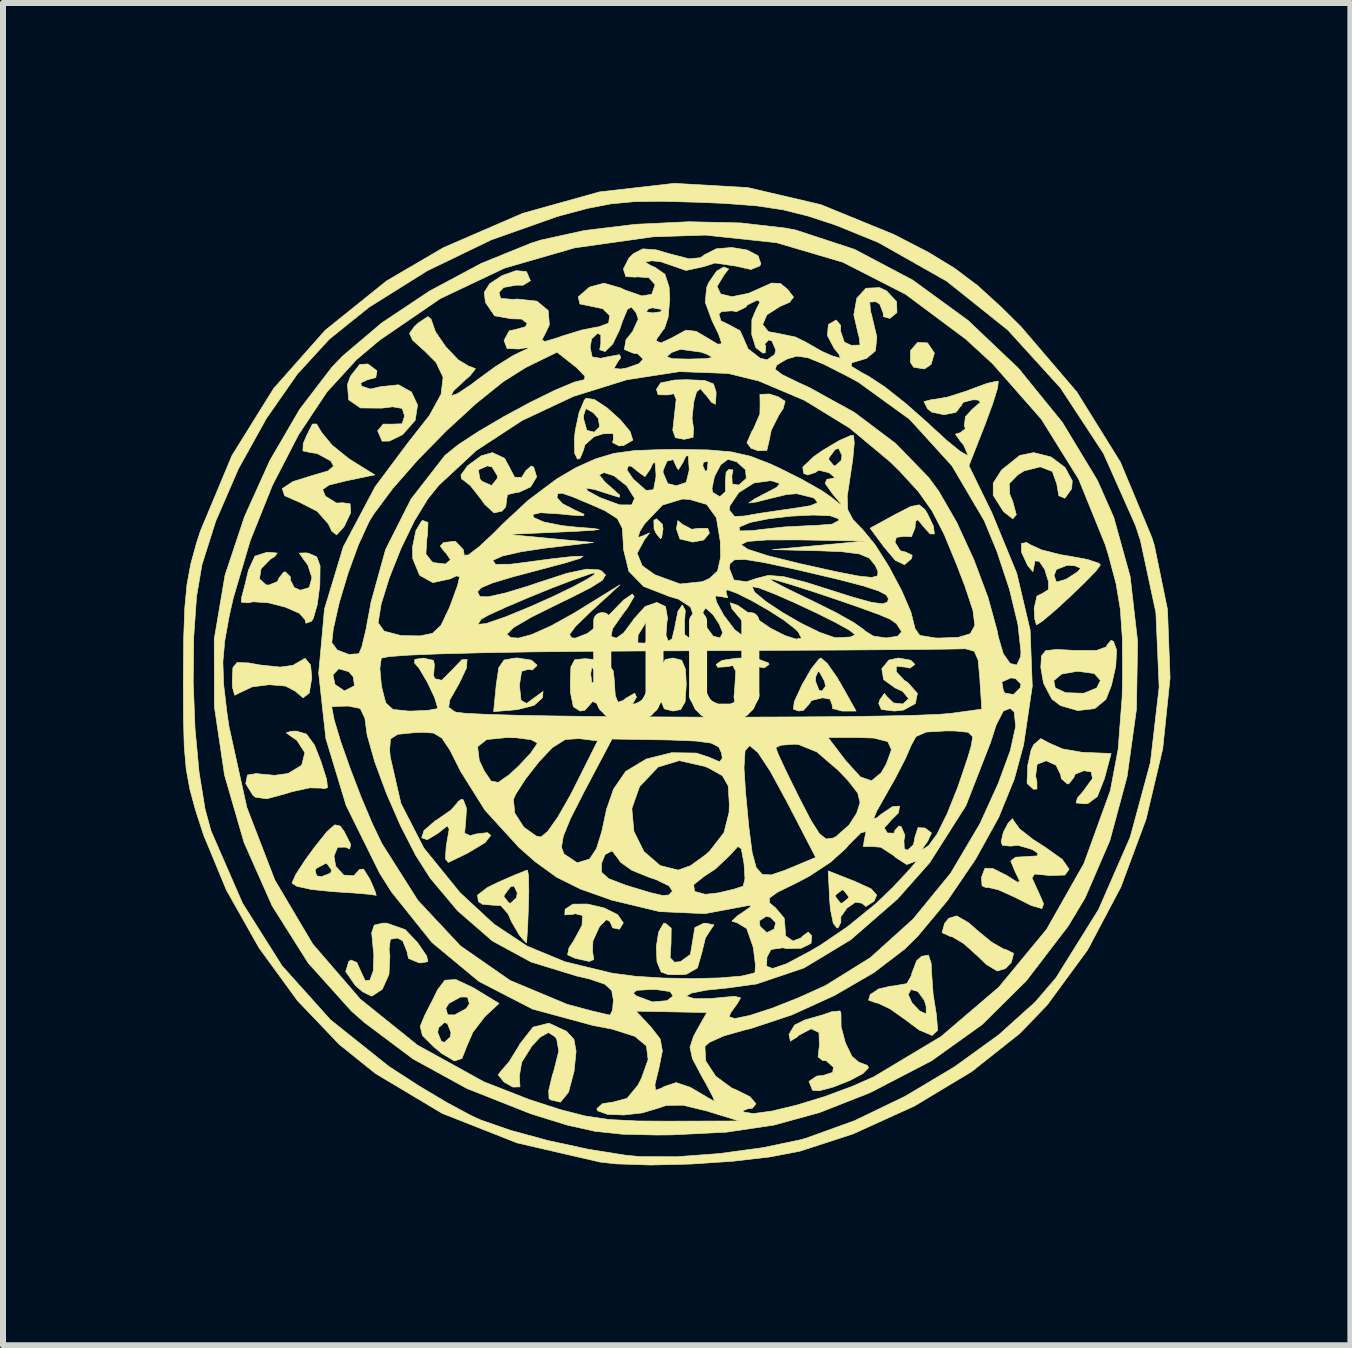
<source format=kicad_pcb>
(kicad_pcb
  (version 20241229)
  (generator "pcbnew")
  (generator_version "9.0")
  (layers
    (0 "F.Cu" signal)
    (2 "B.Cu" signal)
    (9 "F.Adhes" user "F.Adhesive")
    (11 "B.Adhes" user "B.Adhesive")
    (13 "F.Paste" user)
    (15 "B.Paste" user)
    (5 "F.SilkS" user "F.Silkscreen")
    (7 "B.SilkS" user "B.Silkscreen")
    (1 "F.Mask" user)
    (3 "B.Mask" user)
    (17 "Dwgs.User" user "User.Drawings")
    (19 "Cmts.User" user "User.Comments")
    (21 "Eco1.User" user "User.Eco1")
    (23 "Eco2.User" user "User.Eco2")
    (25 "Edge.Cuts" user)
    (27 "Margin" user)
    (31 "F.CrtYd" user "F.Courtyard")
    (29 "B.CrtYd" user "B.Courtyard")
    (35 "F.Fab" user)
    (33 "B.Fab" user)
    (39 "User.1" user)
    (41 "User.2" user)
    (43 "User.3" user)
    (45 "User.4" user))
  (footprint "UU"
    (layer "F.Cu")
    (at 8.22 8.136)
    (property "Reference" "UU" (at 0 0 0) (layer "F.SilkS") (effects (font (size 1.524 1.524) (thickness 0.3))))
    (attr through_hole)
    (fp_poly (pts (xy -0.233 -2.45) (xy -0.221 -2.374) (xy -0.244 -2.227) (xy -0.264 -2.209) (xy -0.335 -2.295) (xy -0.371 -2.374) (xy -0.374 -2.517) (xy -0.328 -2.54) (xy -0.233 -2.45)) (stroke (width 0.01) (type solid)) (fill yes) (layer "F.SilkS"))
    (fp_poly (pts (xy 4.187 -5.472) (xy 4.301 -5.302) (xy 4.246 -5.114) (xy 4.137 -5.038) (xy 3.957 -5.065) (xy 3.902 -5.145) (xy 3.903 -5.344) (xy 4.021 -5.48) (xy 4.187 -5.472)) (stroke (width 0.01) (type solid)) (fill yes) (layer "F.SilkS"))
    (fp_poly (pts (xy 0.093 -2.453) (xy 0.257 -2.366) (xy 0.368 -2.382) (xy 0.524 -2.382) (xy 0.552 -2.303) (xy 0.457 -2.188) (xy 0.276 -2.153) (xy 0.06 -2.205) (xy 0.002 -2.374) (xy 0.026 -2.512) (xy 0.093 -2.453)) (stroke (width 0.01) (type solid)) (fill yes) (layer "F.SilkS"))
    (fp_poly (pts (xy 0.089 -0.184) (xy 0.153 -0.034) (xy 0.166 0.221) (xy 0.147 0.51) (xy 0.072 0.638) (xy -0.055 0.663) (xy -0.2 0.626) (xy -0.264 0.476) (xy -0.276 0.221) (xy -0.258 -0.068) (xy -0.183 -0.196) (xy -0.055 -0.221) (xy 0.089 -0.184)) (stroke (width 0.01) (type solid)) (fill yes) (layer "F.SilkS"))
    (fp_poly (pts (xy 1.701 -4.572) (xy 1.813 -4.5) (xy 1.78 -4.376) (xy 1.71 -4.271) (xy 1.582 -4.015) (xy 1.546 -3.841) (xy 1.509 -3.681) (xy 1.363 -3.674) (xy 1.245 -3.717) (xy 1.177 -3.807) (xy 1.259 -3.997) (xy 1.285 -4.038) (xy 1.393 -4.287) (xy 1.396 -4.472) (xy 1.393 -4.614) (xy 1.552 -4.621) (xy 1.701 -4.572)) (stroke (width 0.01) (type solid)) (fill yes) (layer "F.SilkS"))
    (fp_poly (pts (xy 4.87 4.19) (xy 5.011 4.314) (xy 5.256 4.515) (xy 5.452 4.628) (xy 5.494 4.638) (xy 5.621 4.701) (xy 5.583 4.851) (xy 5.485 4.954) (xy 5.348 4.995) (xy 5.165 4.885) (xy 5.023 4.747) (xy 4.791 4.539) (xy 4.6 4.425) (xy 4.562 4.417) (xy 4.429 4.356) (xy 4.471 4.2) (xy 4.542 4.116) (xy 4.673 4.076) (xy 4.87 4.19)) (stroke (width 0.01) (type solid)) (fill yes) (layer "F.SilkS"))
    (fp_poly (pts (xy -6.095 -0.106) (xy -6.074 0.11) (xy -6.116 0.361) (xy -6.219 0.443) (xy -6.35 0.331) (xy -6.511 0.247) (xy -6.783 0.224) (xy -7.068 0.26) (xy -7.266 0.353) (xy -7.267 0.353) (xy -7.359 0.4) (xy -7.396 0.269) (xy -7.399 0.147) (xy -7.389 -0.062) (xy -7.319 -0.146) (xy -7.127 -0.139) (xy -6.93 -0.104) (xy -6.604 -0.07) (xy -6.386 -0.099) (xy -6.356 -0.119) (xy -6.187 -0.216) (xy -6.095 -0.106)) (stroke (width 0.01) (type solid)) (fill yes) (layer "F.SilkS"))
    (fp_poly (pts (xy -2.411 -0.184) (xy -2.319 -0.099) (xy -2.398 -0.021) (xy -2.466 -0.033) (xy -2.578 0.001) (xy -2.614 0.23) (xy -2.614 0.231) (xy -2.588 0.485) (xy -2.495 0.536) (xy -2.327 0.414) (xy -2.221 0.336) (xy -2.229 0.434) (xy -2.231 0.442) (xy -2.37 0.568) (xy -2.65 0.639) (xy -2.662 0.64) (xy -3.044 0.673) (xy -3.001 0.226) (xy -2.958 -0.06) (xy -2.87 -0.188) (xy -2.686 -0.22) (xy -2.639 -0.221) (xy -2.411 -0.184)) (stroke (width 0.01) (type solid)) (fill yes) (layer "F.SilkS"))
    (fp_poly (pts (xy 1.381 -0.197) (xy 1.535 -0.138) (xy 1.546 -0.114) (xy 1.464 -0.056) (xy 1.366 -0.076) (xy 1.252 -0.087) (xy 1.216 0.034) (xy 1.234 0.259) (xy 1.244 0.535) (xy 1.178 0.649) (xy 1.104 0.663) (xy 0.99 0.613) (xy 0.961 0.431) (xy 0.975 0.259) (xy 0.991 -0.002) (xy 0.942 -0.094) (xy 0.842 -0.076) (xy 0.692 -0.067) (xy 0.663 -0.114) (xy 0.761 -0.181) (xy 1.005 -0.218) (xy 1.104 -0.221) (xy 1.381 -0.197)) (stroke (width 0.01) (type solid)) (fill yes) (layer "F.SilkS"))
    (fp_poly (pts (xy 6.243 -3.572) (xy 6.478 -3.396) (xy 6.598 -3.174) (xy 6.588 -3.041) (xy 6.475 -2.884) (xy 6.374 -2.925) (xy 6.341 -3.12) (xy 6.267 -3.329) (xy 6.065 -3.407) (xy 5.797 -3.339) (xy 5.691 -3.274) (xy 5.548 -3.128) (xy 5.556 -2.952) (xy 5.607 -2.828) (xy 5.666 -2.608) (xy 5.607 -2.54) (xy 5.461 -2.654) (xy 5.442 -2.678) (xy 5.281 -2.933) (xy 5.281 -3.135) (xy 5.421 -3.355) (xy 5.723 -3.597) (xy 5.954 -3.644) (xy 6.243 -3.572)) (stroke (width 0.01) (type solid)) (fill yes) (layer "F.SilkS"))
    (fp_poly (pts (xy -0.085 4.281) (xy -0.088 4.539) (xy -0.103 4.773) (xy -0.03 4.848) (xy 0.069 4.839) (xy 0.235 4.718) (xy 0.272 4.497) (xy 0.309 4.271) (xy 0.458 4.199) (xy 0.493 4.198) (xy 0.628 4.227) (xy 0.59 4.281) (xy 0.486 4.441) (xy 0.424 4.694) (xy 0.352 4.944) (xy 0.173 5.047) (xy 0.106 5.057) (xy -0.135 5.055) (xy -0.253 5.011) (xy -0.322 4.84) (xy -0.333 4.589) (xy -0.295 4.347) (xy -0.215 4.206) (xy -0.185 4.197) (xy -0.085 4.281)) (stroke (width 0.01) (type solid)) (fill yes) (layer "F.SilkS"))
    (fp_poly (pts (xy 4.139 -2.699) (xy 4.181 -2.634) (xy 4.285 -2.418) (xy 4.3 -2.288) (xy 4.23 -2.289) (xy 4.145 -2.381) (xy 4.024 -2.526) (xy 3.984 -2.496) (xy 3.979 -2.39) (xy 3.918 -2.241) (xy 3.81 -2.249) (xy 3.668 -2.232) (xy 3.644 -2.15) (xy 3.733 -2.008) (xy 3.817 -1.988) (xy 3.931 -1.934) (xy 3.92 -1.877) (xy 3.802 -1.776) (xy 3.65 -1.848) (xy 3.458 -2.075) (xy 3.23 -2.384) (xy 3.642 -2.61) (xy 3.905 -2.745) (xy 4.047 -2.774) (xy 4.139 -2.699)) (stroke (width 0.01) (type solid)) (fill yes) (layer "F.SilkS"))
    (fp_poly (pts (xy -1.203 3.944) (xy -0.978 4.055) (xy -0.883 4.193) (xy -0.883 4.194) (xy -0.948 4.299) (xy -1.061 4.275) (xy -1.108 4.169) (xy -1.163 4.138) (xy -1.279 4.252) (xy -1.39 4.496) (xy -1.396 4.666) (xy -1.375 4.804) (xy -1.452 4.835) (xy -1.685 4.783) (xy -1.812 4.726) (xy -1.789 4.612) (xy -1.712 4.495) (xy -1.571 4.234) (xy -1.564 4.07) (xy -1.688 4.039) (xy -1.727 4.052) (xy -1.858 4.06) (xy -1.853 3.966) (xy -1.723 3.88) (xy -1.479 3.879) (xy -1.203 3.944)) (stroke (width 0.01) (type solid)) (fill yes) (layer "F.SilkS"))
    (fp_poly (pts (xy 0.474 -4.846) (xy 0.62 -4.788) (xy 0.662 -4.657) (xy 0.663 -4.617) (xy 0.652 -4.449) (xy 0.587 -4.482) (xy 0.513 -4.579) (xy 0.401 -4.709) (xy 0.338 -4.657) (xy 0.293 -4.499) (xy 0.262 -4.217) (xy 0.288 -4.04) (xy 0.279 -3.899) (xy 0.129 -3.865) (xy -0.015 -3.893) (xy -0.059 -4.016) (xy -0.031 -4.27) (xy -0.002 -4.531) (xy -0.042 -4.624) (xy -0.148 -4.605) (xy -0.303 -4.608) (xy -0.331 -4.697) (xy -0.262 -4.805) (xy -0.031 -4.853) (xy 0.166 -4.859) (xy 0.474 -4.846)) (stroke (width 0.01) (type solid)) (fill yes) (layer "F.SilkS"))
    (fp_poly (pts (xy -6.164 1.046) (xy -6.029 1.23) (xy -5.922 1.502) (xy -5.827 1.802) (xy -5.812 1.94) (xy -5.876 1.959) (xy -5.909 1.947) (xy -6.11 1.943) (xy -6.41 2.008) (xy -6.501 2.038) (xy -6.824 2.125) (xy -7.013 2.099) (xy -7.055 2.067) (xy -7.175 1.872) (xy -7.147 1.729) (xy -6.989 1.703) (xy -6.967 1.709) (xy -6.697 1.734) (xy -6.47 1.704) (xy -6.243 1.566) (xy -6.19 1.357) (xy -6.321 1.152) (xy -6.378 1.113) (xy -6.5 1.027) (xy -6.422 1) (xy -6.333 0.997) (xy -6.164 1.046)) (stroke (width 0.01) (type solid)) (fill yes) (layer "F.SilkS"))
    (fp_poly (pts (xy -3.549 2.144) (xy -3.496 2.284) (xy -3.509 2.494) (xy -3.527 2.698) (xy -3.439 2.739) (xy -3.328 2.71) (xy -3.145 2.689) (xy -3.092 2.736) (xy -3.187 2.856) (xy -3.478 3.03) (xy -3.799 3.186) (xy -3.848 3.125) (xy -3.834 2.911) (xy -3.826 2.868) (xy -3.785 2.63) (xy -3.816 2.577) (xy -3.944 2.677) (xy -3.964 2.695) (xy -4.151 2.807) (xy -4.243 2.775) (xy -4.204 2.653) (xy -4.022 2.496) (xy -3.978 2.468) (xy -3.755 2.313) (xy -3.646 2.19) (xy -3.644 2.178) (xy -3.577 2.131) (xy -3.549 2.144)) (stroke (width 0.01) (type solid)) (fill yes) (layer "F.SilkS"))
    (fp_poly (pts (xy 2.977 3.502) (xy 3.248 3.626) (xy 3.34 3.729) (xy 3.295 3.832) (xy 3.159 3.92) (xy 3.092 3.865) (xy 2.986 3.848) (xy 2.843 3.947) (xy 2.742 4.09) (xy 2.742 4.183) (xy 2.699 4.271) (xy 2.679 4.279) (xy 2.616 4.201) (xy 2.568 3.966) (xy 2.556 3.819) (xy 2.553 3.755) (xy 2.65 3.755) (xy 2.734 3.862) (xy 2.761 3.865) (xy 2.868 3.781) (xy 2.871 3.755) (xy 2.787 3.648) (xy 2.761 3.644) (xy 2.654 3.728) (xy 2.65 3.755) (xy 2.553 3.755) (xy 2.531 3.327) (xy 2.977 3.502)) (stroke (width 0.01) (type solid)) (fill yes) (layer "F.SilkS"))
    (fp_poly (pts (xy 3.907 -0.184) (xy 3.976 -0.114) (xy 3.895 -0.053) (xy 3.81 -0.07) (xy 3.666 -0.084) (xy 3.665 0.007) (xy 3.796 0.148) (xy 3.862 0.193) (xy 4.018 0.369) (xy 3.983 0.539) (xy 3.784 0.647) (xy 3.636 0.663) (xy 3.418 0.637) (xy 3.373 0.537) (xy 3.392 0.475) (xy 3.467 0.37) (xy 3.508 0.42) (xy 3.619 0.528) (xy 3.775 0.545) (xy 3.864 0.463) (xy 3.865 0.449) (xy 3.774 0.337) (xy 3.644 0.276) (xy 3.455 0.139) (xy 3.424 -0.042) (xy 3.543 -0.187) (xy 3.7 -0.221) (xy 3.907 -0.184)) (stroke (width 0.01) (type solid)) (fill yes) (layer "F.SilkS"))
    (fp_poly (pts (xy -4.987 -5.006) (xy -5.008 -4.894) (xy -5.142 -4.859) (xy -5.257 -4.807) (xy -5.248 -4.753) (xy -5.1 -4.703) (xy -4.932 -4.742) (xy -4.629 -4.774) (xy -4.413 -4.653) (xy -4.312 -4.436) (xy -4.351 -4.182) (xy -4.557 -3.948) (xy -4.57 -3.939) (xy -4.781 -3.836) (xy -4.902 -3.834) (xy -4.977 -4.007) (xy -4.884 -4.119) (xy -4.749 -4.118) (xy -4.57 -4.124) (xy -4.528 -4.253) (xy -4.567 -4.379) (xy -4.724 -4.407) (xy -4.908 -4.385) (xy -5.263 -4.388) (xy -5.46 -4.524) (xy -5.48 -4.778) (xy -5.431 -4.915) (xy -5.276 -5.113) (xy -5.139 -5.121) (xy -4.987 -5.006)) (stroke (width 0.01) (type solid)) (fill yes) (layer "F.SilkS"))
    (fp_poly (pts (xy -1.828 6.001) (xy -1.706 6.133) (xy -1.67 6.332) (xy -1.703 6.663) (xy -1.796 7.015) (xy -1.931 7.18) (xy -2.096 7.142) (xy -2.121 7.119) (xy -2.126 6.987) (xy -2.065 6.732) (xy -2.039 6.65) (xy -1.958 6.329) (xy -1.993 6.13) (xy -2.021 6.09) (xy -2.131 6.02) (xy -2.27 6.098) (xy -2.406 6.244) (xy -2.576 6.515) (xy -2.616 6.746) (xy -2.614 6.753) (xy -2.605 6.926) (xy -2.723 6.929) (xy -2.871 6.845) (xy -2.969 6.725) (xy -2.914 6.654) (xy -2.785 6.505) (xy -2.628 6.251) (xy -2.608 6.212) (xy -2.387 5.93) (xy -2.123 5.864) (xy -1.828 6.001)) (stroke (width 0.01) (type solid)) (fill yes) (layer "F.SilkS"))
    (fp_poly (pts (xy -2.462 3.413) (xy -2.458 3.67) (xy -2.464 3.92) (xy -2.477 4.253) (xy -2.491 4.474) (xy -2.499 4.528) (xy -2.567 4.455) (xy -2.62 4.39) (xy -2.749 4.167) (xy -2.8 4.047) (xy -2.924 3.904) (xy -3.024 3.9) (xy -3.228 3.884) (xy -3.297 3.838) (xy -3.309 3.761) (xy -2.871 3.761) (xy -2.787 3.862) (xy -2.761 3.865) (xy -2.664 3.775) (xy -2.65 3.693) (xy -2.704 3.579) (xy -2.761 3.589) (xy -2.867 3.73) (xy -2.871 3.761) (xy -3.309 3.761) (xy -3.314 3.731) (xy -3.149 3.604) (xy -2.967 3.515) (xy -2.688 3.393) (xy -2.508 3.321) (xy -2.479 3.313) (xy -2.462 3.413)) (stroke (width 0.01) (type solid)) (fill yes) (layer "F.SilkS"))
    (fp_poly (pts (xy 2.513 -0.133) (xy 2.669 0.089) (xy 2.748 0.221) (xy 2.996 0.663) (xy 2.761 0.663) (xy 2.604 0.621) (xy 2.595 0.552) (xy 2.561 0.465) (xy 2.436 0.442) (xy 2.253 0.487) (xy 2.209 0.552) (xy 2.119 0.65) (xy 2.041 0.663) (xy 1.952 0.632) (xy 1.965 0.509) (xy 2.085 0.248) (xy 2.098 0.221) (xy 2.13 0.166) (xy 2.319 0.166) (xy 2.377 0.313) (xy 2.426 0.331) (xy 2.487 0.25) (xy 2.47 0.166) (xy 2.391 0.02) (xy 2.363 0) (xy 2.324 0.09) (xy 2.319 0.166) (xy 2.13 0.166) (xy 2.252 -0.045) (xy 2.377 -0.202) (xy 2.411 -0.221) (xy 2.513 -0.133)) (stroke (width 0.01) (type solid)) (fill yes) (layer "F.SilkS"))
    (fp_poly (pts (xy 7.285 -0.499) (xy 7.337 -0.354) (xy 7.323 -0.084) (xy 7.252 0.232) (xy 7.159 0.469) (xy 6.973 0.622) (xy 6.69 0.655) (xy 6.401 0.572) (xy 6.257 0.461) (xy 6.12 0.2) (xy 6.112 0.156) (xy 6.29 0.156) (xy 6.315 0.278) (xy 6.488 0.357) (xy 6.789 0.367) (xy 7.005 0.279) (xy 7.068 0.153) (xy 6.965 0.037) (xy 6.681 0) (xy 6.421 0.047) (xy 6.29 0.156) (xy 6.112 0.156) (xy 6.074 -0.064) (xy 6.085 -0.254) (xy 6.155 -0.344) (xy 6.342 -0.364) (xy 6.626 -0.348) (xy 7.002 -0.347) (xy 7.169 -0.408) (xy 7.178 -0.438) (xy 7.244 -0.515) (xy 7.285 -0.499)) (stroke (width 0.01) (type solid)) (fill yes) (layer "F.SilkS"))
    (fp_poly (pts (xy -4.516 4.306) (xy -4.307 4.528) (xy -4.16 4.745) (xy -4.139 4.838) (xy -4.243 4.859) (xy -4.287 4.859) (xy -4.463 4.785) (xy -4.488 4.67) (xy -4.56 4.491) (xy -4.647 4.445) (xy -4.765 4.466) (xy -4.786 4.632) (xy -4.773 4.745) (xy -4.788 5.051) (xy -4.899 5.299) (xy -5.07 5.411) (xy -5.086 5.411) (xy -5.227 5.341) (xy -5.348 5.238) (xy -5.509 5.005) (xy -5.459 4.838) (xy -5.424 4.812) (xy -5.324 4.852) (xy -5.266 4.982) (xy -5.185 5.156) (xy -5.106 5.147) (xy -5.05 4.993) (xy -5.04 4.73) (xy -5.05 4.638) (xy -5.076 4.356) (xy -5.033 4.23) (xy -4.889 4.197) (xy -4.826 4.197) (xy -4.516 4.306)) (stroke (width 0.01) (type solid)) (fill yes) (layer "F.SilkS"))
    (fp_poly (pts (xy -1.408 -0.2) (xy -1.153 -0.145) (xy -1.052 -0.009) (xy -1.037 0.11) (xy -1.017 0.404) (xy -0.973 0.516) (xy -0.883 0.485) (xy -0.828 0.442) (xy -0.693 0.365) (xy -0.663 0.432) (xy -0.752 0.583) (xy -0.962 0.641) (xy -1.203 0.584) (xy -1.229 0.569) (xy -1.396 0.504) (xy -1.436 0.551) (xy -1.525 0.65) (xy -1.601 0.663) (xy -1.716 0.591) (xy -1.764 0.352) (xy -1.767 0.214) (xy -1.761 0.046) (xy -1.427 0.046) (xy -1.407 0.189) (xy -1.369 0.191) (xy -1.343 0.043) (xy -1.36 -0.021) (xy -1.409 -0.063) (xy -1.427 0.046) (xy -1.761 0.046) (xy -1.757 -0.071) (xy -1.692 -0.193) (xy -1.523 -0.21) (xy -1.408 -0.2)) (stroke (width 0.01) (type solid)) (fill yes) (layer "F.SilkS"))
    (fp_poly (pts (xy 2.744 5.701) (xy 2.746 5.923) (xy 2.818 6.192) (xy 2.928 6.419) (xy 3.044 6.516) (xy 3.046 6.516) (xy 3.187 6.569) (xy 3.203 6.609) (xy 3.11 6.704) (xy 2.886 6.822) (xy 2.616 6.928) (xy 2.381 6.991) (xy 2.271 6.983) (xy 2.211 6.834) (xy 2.342 6.745) (xy 2.439 6.737) (xy 2.606 6.684) (xy 2.618 6.598) (xy 2.495 6.489) (xy 2.441 6.489) (xy 2.362 6.426) (xy 2.384 6.24) (xy 2.378 6.021) (xy 2.247 5.957) (xy 2.042 6.066) (xy 2.01 6.096) (xy 1.902 6.163) (xy 1.877 6.053) (xy 1.971 5.895) (xy 2.143 5.81) (xy 2.429 5.729) (xy 2.589 5.674) (xy 2.728 5.66) (xy 2.744 5.701)) (stroke (width 0.01) (type solid)) (fill yes) (layer "F.SilkS"))
    (fp_poly (pts (xy -1.364 -4.528) (xy -1.154 -4.39) (xy -0.936 -4.194) (xy -0.771 -3.997) (xy -0.725 -3.856) (xy -0.729 -3.848) (xy -0.877 -3.763) (xy -0.952 -3.755) (xy -1.061 -3.81) (xy -1.049 -3.865) (xy -1.052 -3.962) (xy -1.22 -3.957) (xy -1.371 -3.909) (xy -1.524 -3.771) (xy -1.546 -3.688) (xy -1.604 -3.548) (xy -1.646 -3.534) (xy -1.694 -3.631) (xy -1.698 -3.875) (xy -1.685 -4.003) (xy -1.642 -4.21) (xy -1.546 -4.21) (xy -1.491 -4.016) (xy -1.368 -3.985) (xy -1.278 -4.074) (xy -1.3 -4.214) (xy -1.382 -4.308) (xy -1.508 -4.378) (xy -1.545 -4.262) (xy -1.546 -4.21) (xy -1.642 -4.21) (xy -1.62 -4.311) (xy -1.533 -4.518) (xy -1.503 -4.551) (xy -1.364 -4.528)) (stroke (width 0.01) (type solid)) (fill yes) (layer "F.SilkS"))
    (fp_poly (pts (xy 4.248 4.871) (xy 4.253 5.007) (xy 4.28 5.381) (xy 4.333 5.715) (xy 4.356 5.981) (xy 4.263 6.069) (xy 4.049 5.979) (xy 3.81 5.801) (xy 3.559 5.624) (xy 3.359 5.53) (xy 3.331 5.526) (xy 3.204 5.481) (xy 3.231 5.389) (xy 3.865 5.389) (xy 3.926 5.522) (xy 4.05 5.657) (xy 4.155 5.707) (xy 4.164 5.701) (xy 4.163 5.582) (xy 4.132 5.482) (xy 4.026 5.336) (xy 3.91 5.304) (xy 3.865 5.389) (xy 3.231 5.389) (xy 3.232 5.388) (xy 3.371 5.294) (xy 3.576 5.246) (xy 3.599 5.246) (xy 3.842 5.205) (xy 3.921 5.064) (xy 3.921 5.044) (xy 4.004 4.825) (xy 4.087 4.75) (xy 4.202 4.73) (xy 4.248 4.871)) (stroke (width 0.01) (type solid)) (fill yes) (layer "F.SilkS"))
    (fp_poly (pts (xy -5.909 -3.977) (xy -5.735 -3.767) (xy -5.463 -3.547) (xy -5.405 -3.509) (xy -5.025 -3.273) (xy -5.501 -3.174) (xy -5.788 -3.103) (xy -5.893 -3.029) (xy -5.852 -2.926) (xy -5.842 -2.914) (xy -5.662 -2.803) (xy -5.559 -2.808) (xy -5.436 -2.791) (xy -5.426 -2.643) (xy -5.53 -2.421) (xy -5.55 -2.393) (xy -5.661 -2.273) (xy -5.741 -2.335) (xy -5.798 -2.455) (xy -5.982 -2.664) (xy -6.269 -2.812) (xy -6.527 -2.925) (xy -6.567 -3.043) (xy -6.39 -3.161) (xy -6.088 -3.255) (xy -5.806 -3.338) (xy -5.711 -3.418) (xy -5.759 -3.506) (xy -5.987 -3.629) (xy -6.094 -3.644) (xy -6.222 -3.672) (xy -6.217 -3.795) (xy -6.161 -3.926) (xy -6.064 -4.119) (xy -5.995 -4.121) (xy -5.909 -3.977)) (stroke (width 0.01) (type solid)) (fill yes) (layer "F.SilkS"))
    (fp_poly (pts (xy -2.863 -3.55) (xy -2.793 -3.423) (xy -2.694 -3.233) (xy -2.575 -3.232) (xy -2.509 -3.341) (xy -2.417 -3.421) (xy -2.376 -3.401) (xy -2.327 -3.24) (xy -2.427 -3.073) (xy -2.621 -2.983) (xy -2.653 -2.982) (xy -2.812 -2.944) (xy -2.824 -2.884) (xy -2.842 -2.74) (xy -2.904 -2.669) (xy -3.037 -2.639) (xy -3.195 -2.784) (xy -3.261 -2.877) (xy -3.432 -3.094) (xy -3.566 -3.2) (xy -3.579 -3.202) (xy -3.589 -3.27) (xy -3.527 -3.356) (xy -3.299 -3.356) (xy -3.272 -3.203) (xy -3.239 -3.166) (xy -3.078 -3.095) (xy -2.985 -3.21) (xy -2.982 -3.258) (xy -3.07 -3.404) (xy -3.147 -3.423) (xy -3.299 -3.356) (xy -3.527 -3.356) (xy -3.479 -3.423) (xy -3.251 -3.591) (xy -3.065 -3.644) (xy -2.863 -3.55)) (stroke (width 0.01) (type solid)) (fill yes) (layer "F.SilkS"))
    (fp_poly (pts (xy 6.221 1.2) (xy 6.436 1.294) (xy 6.753 1.349) (xy 6.816 1.353) (xy 7.246 1.37) (xy 7.134 1.79) (xy 7.016 2.088) (xy 6.858 2.204) (xy 6.807 2.209) (xy 6.661 2.194) (xy 6.685 2.111) (xy 6.775 2.007) (xy 6.935 1.788) (xy 6.914 1.677) (xy 6.792 1.657) (xy 6.645 1.716) (xy 6.626 1.767) (xy 6.542 1.874) (xy 6.516 1.877) (xy 6.416 1.789) (xy 6.405 1.724) (xy 6.327 1.565) (xy 6.164 1.491) (xy 6.019 1.547) (xy 6.012 1.556) (xy 5.987 1.747) (xy 6.009 1.837) (xy 6.01 1.962) (xy 5.955 1.967) (xy 5.847 1.872) (xy 5.845 1.847) (xy 5.853 1.677) (xy 5.855 1.574) (xy 5.913 1.31) (xy 5.957 1.222) (xy 6.073 1.122) (xy 6.221 1.2)) (stroke (width 0.01) (type solid)) (fill yes) (layer "F.SilkS"))
    (fp_poly (pts (xy -5.603 2.578) (xy -5.539 2.663) (xy -5.425 2.885) (xy -5.443 2.961) (xy -5.514 2.931) (xy -5.645 2.933) (xy -5.704 3.079) (xy -5.676 3.248) (xy -5.542 3.397) (xy -5.373 3.407) (xy -5.278 3.301) (xy -5.212 3.297) (xy -5.11 3.458) (xy -5.106 3.466) (xy -5.02 3.665) (xy -5 3.734) (xy -5.114 3.717) (xy -5.387 3.694) (xy -5.715 3.673) (xy -6.073 3.638) (xy -6.322 3.584) (xy -6.405 3.53) (xy -6.343 3.39) (xy -6.293 3.313) (xy -6.019 3.313) (xy -5.994 3.408) (xy -5.915 3.423) (xy -5.764 3.366) (xy -5.743 3.313) (xy -5.822 3.206) (xy -5.847 3.203) (xy -5.996 3.283) (xy -6.019 3.313) (xy -6.293 3.313) (xy -6.182 3.142) (xy -6.036 2.942) (xy -5.821 2.672) (xy -5.691 2.559) (xy -5.603 2.578)) (stroke (width 0.01) (type solid)) (fill yes) (layer "F.SilkS"))
    (fp_poly (pts (xy -3.383 5.274) (xy -3.327 5.308) (xy -2.954 5.535) (xy -3.188 5.752) (xy -3.389 6.014) (xy -3.489 6.243) (xy -3.572 6.453) (xy -3.698 6.494) (xy -3.91 6.368) (xy -4.039 6.261) (xy -4.23 6.071) (xy -4.243 6.019) (xy -3.976 6.019) (xy -3.916 6.166) (xy -3.865 6.184) (xy -3.767 6.095) (xy -3.755 6.019) (xy -3.814 5.872) (xy -3.865 5.853) (xy -3.963 5.942) (xy -3.976 6.019) (xy -4.243 6.019) (xy -4.268 5.918) (xy -4.193 5.736) (xy -4.132 5.615) (xy -3.841 5.615) (xy -3.809 5.725) (xy -3.694 5.726) (xy -3.5 5.62) (xy -3.448 5.539) (xy -3.48 5.429) (xy -3.595 5.428) (xy -3.789 5.534) (xy -3.841 5.615) (xy -4.132 5.615) (xy -4.059 5.474) (xy -3.978 5.307) (xy -3.856 5.148) (xy -3.674 5.137) (xy -3.383 5.274)) (stroke (width 0.01) (type solid)) (fill yes) (layer "F.SilkS"))
    (fp_poly (pts (xy 5.892 -2.112) (xy 6.087 -2.023) (xy 6.405 -1.942) (xy 6.554 -1.918) (xy 6.856 -1.862) (xy 7.041 -1.8) (xy 7.068 -1.772) (xy 6.993 -1.671) (xy 6.805 -1.477) (xy 6.558 -1.24) (xy 6.306 -1.009) (xy 6.102 -0.837) (xy 6.002 -0.773) (xy 5.973 -0.868) (xy 5.963 -1.049) (xy 6.01 -1.253) (xy 6.102 -1.298) (xy 6.2 -1.36) (xy 6.203 -1.491) (xy 6.17 -1.597) (xy 6.295 -1.597) (xy 6.333 -1.487) (xy 6.483 -1.529) (xy 6.516 -1.546) (xy 6.689 -1.659) (xy 6.737 -1.716) (xy 6.644 -1.757) (xy 6.516 -1.767) (xy 6.334 -1.696) (xy 6.295 -1.597) (xy 6.17 -1.597) (xy 6.138 -1.7) (xy 6.048 -1.832) (xy 5.977 -1.839) (xy 5.962 -1.761) (xy 5.943 -1.66) (xy 5.863 -1.752) (xy 5.853 -1.767) (xy 5.753 -1.984) (xy 5.751 -2.129) (xy 5.839 -2.147) (xy 5.892 -2.112)) (stroke (width 0.01) (type solid)) (fill yes) (layer "F.SilkS"))
    (fp_poly (pts (xy -6.651 -1.97) (xy -6.691 -1.913) (xy -6.764 -1.869) (xy -6.92 -1.709) (xy -6.946 -1.539) (xy -6.837 -1.44) (xy -6.792 -1.436) (xy -6.645 -1.495) (xy -6.626 -1.546) (xy -6.542 -1.653) (xy -6.516 -1.657) (xy -6.431 -1.574) (xy -6.433 -1.525) (xy -6.367 -1.395) (xy -6.267 -1.351) (xy -6.117 -1.394) (xy -6.072 -1.56) (xy -6.141 -1.773) (xy -6.212 -1.866) (xy -6.282 -1.969) (xy -6.166 -1.973) (xy -6.129 -1.967) (xy -5.992 -1.907) (xy -5.936 -1.756) (xy -5.94 -1.453) (xy -5.941 -1.432) (xy -5.983 -1.109) (xy -6.05 -0.879) (xy -6.079 -0.834) (xy -6.172 -0.8) (xy -6.184 -0.856) (xy -6.28 -0.965) (xy -6.513 -1.068) (xy -6.798 -1.141) (xy -7.052 -1.158) (xy -7.133 -1.141) (xy -7.248 -1.15) (xy -7.244 -1.23) (xy -7.186 -1.448) (xy -7.13 -1.684) (xy -7.022 -1.919) (xy -6.817 -1.984) (xy -6.651 -1.97)) (stroke (width 0.01) (type solid)) (fill yes) (layer "F.SilkS"))
    (fp_poly (pts (xy 5.63 2.502) (xy 5.719 2.626) (xy 5.946 2.804) (xy 6.132 2.922) (xy 6.431 3.134) (xy 6.546 3.299) (xy 6.475 3.396) (xy 6.216 3.404) (xy 6.179 3.399) (xy 5.97 3.379) (xy 5.927 3.443) (xy 6.019 3.646) (xy 6.029 3.665) (xy 6.121 3.876) (xy 6.092 3.954) (xy 5.919 3.905) (xy 5.632 3.761) (xy 5.368 3.642) (xy 5.187 3.6) (xy 5.163 3.606) (xy 5.095 3.575) (xy 5.085 3.436) (xy 5.137 3.295) (xy 5.148 3.282) (xy 5.277 3.288) (xy 5.493 3.396) (xy 5.496 3.397) (xy 5.686 3.516) (xy 5.724 3.499) (xy 5.645 3.337) (xy 5.573 3.162) (xy 5.653 3.098) (xy 5.822 3.089) (xy 6.021 3.076) (xy 6.022 3.029) (xy 5.929 2.969) (xy 5.693 2.9) (xy 5.57 2.914) (xy 5.434 2.9) (xy 5.413 2.84) (xy 5.45 2.683) (xy 5.529 2.532) (xy 5.603 2.456) (xy 5.63 2.502)) (stroke (width 0.01) (type solid)) (fill yes) (layer "F.SilkS"))
    (fp_poly (pts (xy 1.192 -8.06) (xy 2.409 -7.776) (xy 3.626 -7.278) (xy 3.638 -7.272) (xy 4.2 -6.982) (xy 4.637 -6.716) (xy 5.024 -6.424) (xy 5.434 -6.05) (xy 5.743 -5.743) (xy 6.673 -4.656) (xy 7.401 -3.484) (xy 7.924 -2.23) (xy 7.966 -2.098) (xy 8.185 -1.031) (xy 8.228 0.112) (xy 8.106 1.291) (xy 7.828 2.466) (xy 7.408 3.596) (xy 6.855 4.642) (xy 6.18 5.562) (xy 5.727 6.033) (xy 4.922 6.671) (xy 3.97 7.244) (xy 2.942 7.711) (xy 2.058 7.998) (xy 1.562 8.093) (xy 0.932 8.166) (xy 0.244 8.212) (xy -0.427 8.228) (xy -1.003 8.209) (xy -1.27 8.179) (xy -2.652 7.86) (xy -3.9 7.368) (xy -5.012 6.704) (xy -5.616 6.219) (xy -6.313 5.489) (xy -6.955 4.607) (xy -7.498 3.645) (xy -7.877 2.729) (xy -8.013 2.31) (xy -8.107 1.963) (xy -8.167 1.631) (xy -8.2 1.254) (xy -8.213 0.775) (xy -8.215 0.185) (xy -8.05 0.185) (xy -8.02 0.955) (xy -7.953 1.679) (xy -7.853 2.295) (xy -7.755 2.657) (xy -7.228 3.866) (xy -6.569 4.91) (xy -5.761 5.81) (xy -4.786 6.588) (xy -4.77 6.598) (xy -4.299 6.903) (xy -3.827 7.185) (xy -3.424 7.402) (xy -3.258 7.478) (xy -2.759 7.651) (xy -2.132 7.821) (xy -1.469 7.965) (xy -0.863 8.062) (xy -0.607 8.088) (xy 0.001 8.09) (xy 0.717 8.037) (xy 1.44 7.939) (xy 2.067 7.808) (xy 2.153 7.784) (xy 2.973 7.488) (xy 3.816 7.081) (xy 4.632 6.594) (xy 5.37 6.061) (xy 5.98 5.513) (xy 6.326 5.11) (xy 7.037 3.969) (xy 7.564 2.763) (xy 7.901 1.519) (xy 8.046 0.264) (xy 7.992 -0.977) (xy 7.735 -2.177) (xy 7.652 -2.43) (xy 7.118 -3.631) (xy 6.401 -4.723) (xy 5.523 -5.688) (xy 4.504 -6.502) (xy 3.365 -7.146) (xy 2.666 -7.431) (xy 2.195 -7.586) (xy 1.778 -7.69) (xy 1.338 -7.756) (xy 0.802 -7.797) (xy 0.362 -7.815) (xy -0.248 -7.832) (xy -0.71 -7.825) (xy -1.095 -7.788) (xy -1.477 -7.714) (xy -1.926 -7.594) (xy -1.987 -7.577) (xy -3.086 -7.188) (xy -4.152 -6.673) (xy -5.118 -6.068) (xy -5.783 -5.534) (xy -6.315 -4.953) (xy -6.831 -4.213) (xy -7.296 -3.375) (xy -7.675 -2.501) (xy -7.905 -1.774) (xy -7.995 -1.242) (xy -8.042 -0.568) (xy -8.05 0.185) (xy -8.215 0.185) (xy -8.215 0.135) (xy -8.215 0.11) (xy -8.209 -0.555) (xy -8.191 -1.055) (xy -8.154 -1.448) (xy -8.091 -1.788) (xy -7.997 -2.132) (xy -7.93 -2.338) (xy -7.404 -3.596) (xy -6.71 -4.712) (xy -5.85 -5.683) (xy -4.828 -6.505) (xy -3.88 -7.06) (xy -2.56 -7.631) (xy -1.281 -7.988) (xy -0.034 -8.131) (xy 1.192 -8.06)) (stroke (width 0.01) (type solid)) (fill yes) (layer "F.SilkS"))
    (fp_poly (pts (xy 1.073 -7.471) (xy 1.825 -7.385) (xy 1.993 -7.352) (xy 2.972 -7.03) (xy 3.939 -6.519) (xy 4.86 -5.848) (xy 5.703 -5.047) (xy 6.433 -4.148) (xy 7.018 -3.18) (xy 7.29 -2.564) (xy 7.563 -1.579) (xy 7.687 -0.497) (xy 7.668 0.631) (xy 7.512 1.755) (xy 7.225 2.821) (xy 6.811 3.78) (xy 6.532 4.244) (xy 5.837 5.153) (xy 5.097 5.887) (xy 4.256 6.489) (xy 3.262 7.006) (xy 3.188 7.039) (xy 2.389 7.353) (xy 1.63 7.562) (xy 0.833 7.681) (xy -0.082 7.726) (xy -0.331 7.728) (xy -0.895 7.715) (xy -1.355 7.666) (xy -1.81 7.565) (xy -2.359 7.395) (xy -2.435 7.37) (xy -3.487 6.954) (xy -4.386 6.461) (xy -5.199 5.852) (xy -5.417 5.659) (xy -6.134 4.861) (xy -6.734 3.911) (xy -7.203 2.854) (xy -7.528 1.732) (xy -7.698 0.587) (xy -7.699 -0.153) (xy -7.556 -0.153) (xy -7.543 0.222) (xy -7.487 0.7) (xy -7.454 0.922) (xy -7.156 2.271) (xy -6.69 3.48) (xy -6.059 4.545) (xy -5.267 5.463) (xy -4.315 6.229) (xy -3.209 6.84) (xy -2.455 7.135) (xy -1.935 7.304) (xy -1.517 7.411) (xy -1.118 7.47) (xy -0.652 7.494) (xy -0.166 7.497) (xy 1.049 7.494) (xy 0.505 7.327) (xy 0.11 7.231) (xy -0.168 7.235) (xy -0.301 7.28) (xy -0.57 7.36) (xy -0.877 7.394) (xy -1.149 7.383) (xy -1.309 7.325) (xy -1.325 7.289) (xy -1.231 7.206) (xy -1.047 7.178) (xy -0.821 7.117) (xy -0.643 6.902) (xy -0.582 6.786) (xy -0.47 6.47) (xy -0.498 6.244) (xy -0.69 6.084) (xy -1.067 5.964) (xy -1.39 5.902) (xy -2.396 5.629) (xy -3.288 5.169) (xy -4.072 4.519) (xy -4.748 3.675) (xy -4.946 3.36) (xy -5.502 2.236) (xy -5.839 1.124) (xy -5.898 0.594) (xy -5.743 0.594) (xy -5.701 0.812) (xy -5.592 1.173) (xy -5.435 1.619) (xy -5.254 2.092) (xy -5.068 2.534) (xy -4.906 2.872) (xy -4.306 3.819) (xy -3.597 4.577) (xy -2.77 5.152) (xy -1.816 5.551) (xy -1.38 5.667) (xy -1.175 5.714) (xy -1.104 5.73) (xy -1.071 5.664) (xy -0.671 5.664) (xy -0.424 5.927) (xy -0.268 6.128) (xy -0.232 6.328) (xy -0.291 6.619) (xy -0.356 6.886) (xy -0.346 6.982) (xy -0.249 6.948) (xy -0.201 6.92) (xy -0.002 6.854) (xy 0.23 6.932) (xy 0.305 6.975) (xy 0.523 7.104) (xy 0.637 7.168) (xy 0.638 7.168) (xy 0.608 7.089) (xy 0.496 6.877) (xy 0.417 6.737) (xy 0.268 6.453) (xy 0.228 6.267) (xy 0.286 6.086) (xy 0.337 5.991) (xy 0.509 5.687) (xy -0.671 5.664) (xy -1.071 5.664) (xy -1.062 5.646) (xy -1.049 5.478) (xy -1.069 5.364) (xy -0.717 5.364) (xy -0.663 5.411) (xy -0.397 5.51) (xy -0.154 5.489) (xy -0.057 5.413) (xy 0.167 5.413) (xy 0.168 5.415) (xy 0.3 5.455) (xy 0.569 5.454) (xy 0.69 5.442) (xy 0.972 5.416) (xy 1.072 5.442) (xy 1.023 5.528) (xy 1.022 5.53) (xy 0.903 5.696) (xy 0.883 5.759) (xy 0.976 5.787) (xy 1.226 5.735) (xy 1.589 5.617) (xy 2.022 5.447) (xy 2.483 5.239) (xy 2.485 5.238) (xy 3.234 4.772) (xy 3.944 4.132) (xy 4.571 3.366) (xy 5.06 2.54) (xy 5.366 1.866) (xy 5.566 1.321) (xy 5.655 0.919) (xy 5.63 0.677) (xy 5.566 0.618) (xy 5.45 0.662) (xy 5.331 0.894) (xy 5.235 1.191) (xy 4.826 2.24) (xy 4.223 3.189) (xy 3.685 3.796) (xy 2.905 4.475) (xy 2.128 4.944) (xy 1.337 5.211) (xy 0.868 5.276) (xy 0.502 5.314) (xy 0.252 5.363) (xy 0.167 5.413) (xy -0.057 5.413) (xy -0.055 5.411) (xy -0.103 5.338) (xy -0.333 5.304) (xy -0.408 5.303) (xy -0.662 5.317) (xy -0.717 5.364) (xy -1.069 5.364) (xy -1.076 5.319) (xy -1.193 5.214) (xy -1.449 5.127) (xy -1.657 5.079) (xy -2.42 4.845) (xy -3.064 4.495) (xy -3.643 3.992) (xy -4.101 3.447) (xy -4.342 3.068) (xy -4.594 2.577) (xy -4.83 2.037) (xy -5.025 1.51) (xy -5.081 1.313) (xy -4.777 1.313) (xy -4.766 1.431) (xy -4.589 2.202) (xy -4.207 2.946) (xy -3.613 3.679) (xy -3.597 3.696) (xy -3.04 4.212) (xy -2.486 4.58) (xy -1.861 4.839) (xy -1.093 5.026) (xy -1.057 5.033) (xy -0.676 5.083) (xy -0.214 5.112) (xy 0.271 5.121) (xy 0.722 5.11) (xy 1.081 5.08) (xy 1.29 5.031) (xy 1.311 5.018) (xy 1.318 4.914) (xy 1.504 4.914) (xy 1.605 4.953) (xy 1.837 4.874) (xy 2.218 4.671) (xy 2.396 4.568) (xy 2.849 4.26) (xy 3.316 3.881) (xy 3.608 3.602) (xy 3.846 3.347) (xy 3.986 3.188) (xy 4.003 3.156) (xy 3.992 3.164) (xy 3.84 3.221) (xy 3.659 3.105) (xy 3.625 3.073) (xy 3.408 2.932) (xy 3.237 2.919) (xy 3.117 2.922) (xy 3.132 2.817) (xy 3.161 2.669) (xy 3.072 2.695) (xy 2.876 2.891) (xy 2.819 2.958) (xy 2.567 3.184) (xy 2.21 3.418) (xy 1.999 3.529) (xy 1.688 3.681) (xy 1.549 3.78) (xy 1.555 3.861) (xy 1.653 3.942) (xy 1.798 4.114) (xy 1.81 4.244) (xy 1.822 4.41) (xy 1.944 4.495) (xy 2.082 4.441) (xy 2.097 4.42) (xy 2.198 4.346) (xy 2.257 4.406) (xy 2.246 4.534) (xy 2.083 4.615) (xy 1.841 4.622) (xy 1.775 4.608) (xy 1.579 4.636) (xy 1.511 4.762) (xy 1.504 4.914) (xy 1.318 4.914) (xy 1.319 4.896) (xy 1.288 4.643) (xy 1.278 4.588) (xy 1.173 4.287) (xy 1.017 4.193) (xy 0.927 4.164) (xy 0.931 4.159) (xy 1.383 4.159) (xy 1.395 4.251) (xy 1.509 4.356) (xy 1.628 4.297) (xy 1.657 4.19) (xy 1.567 4.097) (xy 1.494 4.086) (xy 1.383 4.159) (xy 0.931 4.159) (xy 1.024 4.071) (xy 1.104 4.019) (xy 1.245 3.919) (xy 1.218 3.899) (xy 1.204 3.903) (xy 0.476 4.039) (xy -0.28 4.005) (xy -1.075 3.814) (xy -1.597 3.629) (xy -1.994 3.432) (xy -2.11 3.348) (xy -1.247 3.348) (xy -1.125 3.457) (xy -0.836 3.567) (xy -0.79 3.581) (xy -0.432 3.689) (xy -0.23 3.736) (xy -0.128 3.729) (xy -0.074 3.674) (xy -0.065 3.661) (xy -0.123 3.575) (xy -0.161 3.557) (xy 0.289 3.557) (xy 0.305 3.669) (xy 0.484 3.717) (xy 0.701 3.693) (xy 0.961 3.631) (xy 1.111 3.582) (xy 1.114 3.581) (xy 1.144 3.458) (xy 1.129 3.211) (xy 1.126 3.191) (xy 1.084 2.959) (xy 1.026 2.92) (xy 0.907 3.05) (xy 0.896 3.063) (xy 0.651 3.295) (xy 0.466 3.416) (xy 0.289 3.557) (xy -0.161 3.557) (xy -0.336 3.472) (xy -0.451 3.434) (xy -0.743 3.315) (xy -0.932 3.18) (xy -0.956 3.141) (xy -1.069 2.993) (xy -1.186 3.053) (xy -1.247 3.202) (xy -1.247 3.348) (xy -2.11 3.348) (xy -2.356 3.17) (xy -2.624 2.933) (xy -1.914 2.933) (xy -1.871 3.045) (xy -1.651 3.192) (xy -1.444 3.128) (xy -1.33 2.954) (xy -1.242 2.671) (xy -1.168 2.325) (xy -1.165 2.309) (xy -1.158 2.288) (xy -0.741 2.288) (xy -0.707 2.667) (xy -0.54 3.004) (xy -0.267 3.239) (xy 0.033 3.313) (xy 0.238 3.239) (xy 0.493 3.054) (xy 0.561 2.99) (xy 0.794 2.69) (xy 0.879 2.353) (xy 0.883 2.212) (xy 0.865 1.911) (xy 0.769 1.741) (xy 0.54 1.613) (xy 0.53 1.608) (xy 1.128 1.608) (xy 1.153 2.002) (xy 1.21 2.608) (xy 1.264 3.022) (xy 1.332 3.272) (xy 1.433 3.386) (xy 1.583 3.393) (xy 1.799 3.32) (xy 1.938 3.263) (xy 2.323 3.102) (xy 1.852 2.192) (xy 1.569 1.671) (xy 1.36 1.354) (xy 1.263 1.273) (xy 1.657 1.273) (xy 1.703 1.392) (xy 1.826 1.656) (xy 2.001 2.013) (xy 2.046 2.103) (xy 2.246 2.489) (xy 2.386 2.708) (xy 2.496 2.794) (xy 2.608 2.781) (xy 2.659 2.757) (xy 2.877 2.564) (xy 2.946 2.458) (xy 3.287 2.458) (xy 3.343 2.442) (xy 3.411 2.384) (xy 3.602 2.256) (xy 3.72 2.247) (xy 3.703 2.359) (xy 3.592 2.469) (xy 3.466 2.611) (xy 3.517 2.695) (xy 3.63 2.698) (xy 3.644 2.65) (xy 3.711 2.577) (xy 3.75 2.592) (xy 3.81 2.736) (xy 3.793 2.82) (xy 3.8 2.959) (xy 3.853 2.982) (xy 3.953 2.89) (xy 3.976 2.764) (xy 4.028 2.606) (xy 4.144 2.612) (xy 4.253 2.694) (xy 4.186 2.838) (xy 4.172 2.857) (xy 4.086 2.977) (xy 4.153 2.941) (xy 4.212 2.896) (xy 4.346 2.712) (xy 4.515 2.37) (xy 4.694 1.922) (xy 4.862 1.424) (xy 4.915 1.242) (xy 4.939 1.09) (xy 4.865 1.017) (xy 4.641 0.995) (xy 4.487 0.994) (xy 4.165 1.013) (xy 3.994 1.088) (xy 3.915 1.232) (xy 3.818 1.456) (xy 3.649 1.784) (xy 3.508 2.032) (xy 3.341 2.328) (xy 3.287 2.458) (xy 2.946 2.458) (xy 3.006 2.364) (xy 3.062 2.189) (xy 3.024 2.031) (xy 2.865 1.825) (xy 2.702 1.653) (xy 2.342 1.344) (xy 2.035 1.22) (xy 1.965 1.215) (xy 1.742 1.233) (xy 1.657 1.273) (xy 1.263 1.273) (xy 1.222 1.239) (xy 1.146 1.324) (xy 1.128 1.608) (xy 0.53 1.608) (xy 0.478 1.586) (xy 0.05 1.489) (xy -0.303 1.596) (xy -0.606 1.915) (xy -0.614 1.927) (xy -0.741 2.288) (xy -1.158 2.288) (xy -1.046 1.964) (xy -0.847 1.674) (xy -0.837 1.665) (xy -0.501 1.463) (xy -0.078 1.357) (xy 0.334 1.363) (xy 0.546 1.432) (xy 0.723 1.509) (xy 0.766 1.447) (xy 0.754 1.362) (xy 0.706 1.26) (xy 0.581 1.197) (xy 0.332 1.163) (xy -0.083 1.146) (xy -0.178 1.144) (xy -1.071 1.129) (xy -1.536 2.008) (xy -1.762 2.452) (xy -1.883 2.747) (xy -1.914 2.933) (xy -2.624 2.933) (xy -2.627 2.93) (xy -3.189 2.314) (xy -3.302 2.134) (xy -2.715 2.134) (xy -2.692 2.363) (xy -2.541 2.599) (xy -2.332 2.747) (xy -2.254 2.761) (xy -2.143 2.669) (xy -1.97 2.423) (xy -1.77 2.072) (xy -1.712 1.96) (xy -1.311 1.16) (xy -1.62 1.122) (xy -1.85 1.137) (xy -2.066 1.272) (xy -2.289 1.509) (xy -2.514 1.797) (xy -2.675 2.048) (xy -2.715 2.134) (xy -3.302 2.134) (xy -3.595 1.666) (xy -3.773 1.312) (xy -3.81 1.257) (xy -3.311 1.257) (xy -3.283 1.486) (xy -3.199 1.664) (xy -3.087 1.829) (xy -2.967 1.852) (xy -2.784 1.724) (xy -2.629 1.581) (xy -2.43 1.369) (xy -2.324 1.215) (xy -2.319 1.194) (xy -2.418 1.141) (xy -2.668 1.108) (xy -2.816 1.104) (xy 2.529 1.104) (xy 2.827 1.495) (xy 3.068 1.76) (xy 3.253 1.825) (xy 3.414 1.692) (xy 3.5 1.544) (xy 3.585 1.307) (xy 3.524 1.172) (xy 3.29 1.113) (xy 3.025 1.104) (xy 2.529 1.104) (xy -2.816 1.104) (xy -3.161 1.138) (xy -3.311 1.257) (xy -3.81 1.257) (xy -3.906 1.114) (xy -4.045 1.03) (xy -4.241 1.017) (xy -4.362 1.023) (xy -4.644 1.051) (xy -4.763 1.128) (xy -4.777 1.313) (xy -5.081 1.313) (xy -5.153 1.058) (xy -5.19 0.782) (xy -5.267 0.62) (xy -5.467 0.58) (xy -5.674 0.585) (xy -5.743 0.594) (xy -5.898 0.594) (xy -5.956 0.059) (xy -5.722 0.059) (xy -5.687 0.221) (xy -5.53 0.327) (xy -5.372 0.246) (xy -5.364 0.233) (xy -5.384 0.092) (xy -5.458 0.007) (xy -5.626 -0.042) (xy -5.722 0.059) (xy -5.956 0.059) (xy -5.96 0.031) (xy -5.952 -0.048) (xy -4.94 -0.048) (xy -4.915 0.232) (xy -4.907 0.274) (xy -4.842 0.527) (xy -4.722 0.636) (xy -4.473 0.662) (xy -4.405 0.663) (xy -4.133 0.651) (xy -3.985 0.623) (xy -3.976 0.613) (xy -4.028 0.438) (xy -4.148 0.184) (xy -4.283 -0.045) (xy -4.36 -0.136) (xy -4.358 -0.198) (xy -4.218 -0.219) (xy -4.047 -0.182) (xy -4.031 -0.11) (xy -4.045 0.074) (xy -4.022 0.125) (xy -3.908 0.15) (xy -3.747 -0.011) (xy -3.573 -0.193) (xy -3.486 -0.197) (xy -3.498 -0.051) (xy -3.624 0.214) (xy -3.637 0.235) (xy -3.774 0.477) (xy -3.794 0.6) (xy -3.702 0.668) (xy -3.67 0.682) (xy -3.512 0.701) (xy -3.164 0.718) (xy -2.657 0.733) (xy -2.021 0.745) (xy -1.288 0.754) (xy -0.489 0.76) (xy 0.346 0.764) (xy 1.186 0.764) (xy 1.999 0.761) (xy 2.755 0.756) (xy 3.424 0.746) (xy 3.973 0.734) (xy 4.373 0.718) (xy 4.573 0.702) (xy 5.091 0.631) (xy 5.061 0.178) (xy 5.425 0.178) (xy 5.452 0.331) (xy 5.482 0.365) (xy 5.62 0.387) (xy 5.731 0.276) (xy 5.743 0.214) (xy 5.653 0.122) (xy 5.577 0.11) (xy 5.425 0.178) (xy 5.061 0.178) (xy 5.058 0.122) (xy 5.03 -0.187) (xy 4.965 -0.334) (xy 4.817 -0.375) (xy 4.638 -0.371) (xy 4.446 -0.368) (xy 4.058 -0.364) (xy 3.501 -0.359) (xy 2.8 -0.354) (xy 1.981 -0.35) (xy 1.07 -0.345) (xy 0.093 -0.341) (xy -0.3 -0.34) (xy -1.409 -0.333) (xy -2.395 -0.323) (xy -3.243 -0.308) (xy -3.935 -0.29) (xy -4.455 -0.269) (xy -4.787 -0.245) (xy -4.915 -0.219) (xy -4.916 -0.219) (xy -4.94 -0.048) (xy -5.952 -0.048) (xy -5.913 -0.477) (xy -5.741 -0.477) (xy -5.652 -0.356) (xy -5.459 -0.281) (xy -5.289 -0.292) (xy -5.24 -0.409) (xy -5.225 -0.473) (xy -0.641 -0.473) (xy -0.525 -0.469) (xy -0.407 -0.602) (xy -0.356 -0.782) (xy -0.343 -0.967) (xy -0.398 -0.951) (xy -0.494 -0.835) (xy -0.637 -0.603) (xy -0.641 -0.473) (xy -5.225 -0.473) (xy -5.173 -0.689) (xy -5.151 -0.809) (xy -4.969 -0.809) (xy -4.869 -0.669) (xy -4.588 -0.595) (xy -4.268 -0.59) (xy -4.063 -0.632) (xy -3.92 -0.766) (xy -3.913 -0.782) (xy -3.306 -0.782) (xy -3.169 -0.795) (xy -2.848 -0.906) (xy -2.426 -1.079) (xy -2.06 -1.243) (xy -1.735 -1.4) (xy -1.488 -1.532) (xy -1.354 -1.618) (xy -1.369 -1.639) (xy -1.436 -1.622) (xy -1.715 -1.525) (xy -2.085 -1.383) (xy -2.484 -1.22) (xy -2.852 -1.063) (xy -3.129 -0.936) (xy -3.252 -0.867) (xy -3.306 -0.782) (xy -3.913 -0.782) (xy -3.786 -1.049) (xy -3.754 -1.13) (xy -3.683 -1.326) (xy -3.312 -1.326) (xy -3.28 -1.256) (xy -3.269 -1.244) (xy -3.134 -1.241) (xy -2.847 -1.305) (xy -2.461 -1.422) (xy -2.315 -1.472) (xy -1.824 -1.632) (xy -1.495 -1.702) (xy -1.289 -1.69) (xy -1.245 -1.671) (xy -1.179 -1.604) (xy -1.231 -1.518) (xy -1.428 -1.393) (xy -1.795 -1.207) (xy -1.907 -1.154) (xy -2.408 -0.906) (xy -2.711 -0.729) (xy -2.824 -0.616) (xy -2.757 -0.561) (xy -2.629 -0.553) (xy -2.414 -0.61) (xy -2.082 -0.759) (xy -1.702 -0.97) (xy -1.657 -0.998) (xy -0.939 -1.441) (xy -1.422 -0.997) (xy -1.679 -0.749) (xy -1.78 -0.612) (xy -1.742 -0.557) (xy -1.682 -0.552) (xy -1.48 -0.631) (xy -1.224 -0.831) (xy -1.109 -0.95) (xy -0.877 -1.188) (xy -0.733 -1.287) (xy -0.702 -1.247) (xy -0.807 -1.065) (xy -0.882 -0.966) (xy -1.061 -0.711) (xy -1.09 -0.583) (xy -1 -0.552) (xy -0.878 -0.638) (xy -0.722 -0.847) (xy -0.709 -0.869) (xy -0.519 -1.079) (xy -0.323 -1.147) (xy -0.179 -1.079) (xy -0.145 -0.878) (xy -0.155 -0.83) (xy -0.172 -0.604) (xy -0.136 -0.503) (xy -0.072 -0.539) (xy -0.024 -0.736) (xy -0.021 -0.762) (xy 0.028 -1) (xy 0.099 -1.104) (xy 0.102 -1.104) (xy 0.15 -1.012) (xy 0.137 -0.828) (xy 0.14 -0.611) (xy 0.215 -0.552) (xy 0.303 -0.647) (xy 0.311 -0.849) (xy 0.266 -0.984) (xy 0.444 -0.984) (xy 0.496 -0.762) (xy 0.509 -0.727) (xy 0.615 -0.584) (xy 0.731 -0.557) (xy 0.773 -0.642) (xy 0.713 -0.791) (xy 0.611 -0.945) (xy 0.487 -1.055) (xy 0.444 -0.984) (xy 0.266 -0.984) (xy 0.236 -1.072) (xy 0.036 -1.202) (xy -0.11 -1.245) (xy -0.14 -1.257) (xy 0.649 -1.257) (xy 0.67 -1.154) (xy 0.791 -0.932) (xy 0.975 -0.69) (xy 1.152 -0.559) (xy 1.19 -0.552) (xy 1.282 -0.582) (xy 1.221 -0.698) (xy 1.124 -0.808) (xy 0.927 -1.043) (xy 0.898 -1.142) (xy 1.023 -1.099) (xy 1.292 -0.91) (xy 1.314 -0.893) (xy 1.569 -0.718) (xy 1.811 -0.595) (xy 1.997 -0.536) (xy 2.085 -0.552) (xy 2.033 -0.655) (xy 1.984 -0.704) (xy 1.794 -0.852) (xy 1.533 -1.019) (xy 1.255 -1.178) (xy 1.01 -1.3) (xy 0.851 -1.358) (xy 0.826 -1.329) (xy 0.856 -1.224) (xy 0.743 -1.245) (xy 0.649 -1.257) (xy -0.14 -1.257) (xy -0.537 -1.411) (xy 1.264 -1.411) (xy 1.304 -1.319) (xy 1.491 -1.164) (xy 1.77 -0.979) (xy 2.087 -0.796) (xy 2.39 -0.648) (xy 2.625 -0.566) (xy 2.678 -0.559) (xy 2.899 -0.571) (xy 2.982 -0.607) (xy 2.89 -0.681) (xy 2.652 -0.814) (xy 2.325 -0.977) (xy 1.965 -1.145) (xy 1.631 -1.291) (xy 1.378 -1.389) (xy 1.264 -1.411) (xy 1.264 -1.411) (xy -0.537 -1.411) (xy -0.543 -1.413) (xy -0.791 -1.666) (xy -0.864 -1.967) (xy -0.653 -1.967) (xy -0.568 -1.758) (xy -0.359 -1.609) (xy 0.063 -1.455) (xy 0.434 -1.493) (xy 0.554 -1.547) (xy 0.687 -1.67) (xy 0.698 -1.718) (xy 0.883 -1.718) (xy 0.958 -1.522) (xy 1.168 -1.491) (xy 1.321 -1.542) (xy 1.549 -1.542) (xy 1.613 -1.498) (xy 1.834 -1.383) (xy 2.169 -1.22) (xy 2.276 -1.169) (xy 2.659 -0.979) (xy 2.96 -0.81) (xy 3.126 -0.692) (xy 3.139 -0.676) (xy 3.282 -0.587) (xy 3.498 -0.555) (xy 3.688 -0.584) (xy 3.755 -0.659) (xy 3.669 -0.793) (xy 3.562 -0.868) (xy 3.385 -0.943) (xy 3.072 -1.057) (xy 2.683 -1.192) (xy 2.277 -1.328) (xy 1.913 -1.444) (xy 1.649 -1.522) (xy 1.549 -1.542) (xy 1.321 -1.542) (xy 1.346 -1.55) (xy 1.534 -1.598) (xy 1.789 -1.577) (xy 2.165 -1.481) (xy 2.431 -1.397) (xy 2.928 -1.239) (xy 3.252 -1.149) (xy 3.438 -1.123) (xy 3.52 -1.154) (xy 3.534 -1.211) (xy 3.497 -1.273) (xy 3.368 -1.34) (xy 3.118 -1.422) (xy 2.716 -1.527) (xy 2.135 -1.664) (xy 1.953 -1.706) (xy 1.462 -1.812) (xy 1.146 -1.863) (xy 0.97 -1.857) (xy 0.895 -1.795) (xy 0.883 -1.718) (xy 0.698 -1.718) (xy 0.737 -1.891) (xy 0.734 -2.111) (xy 1.08 -2.111) (xy 1.194 -2.032) (xy 1.527 -1.925) (xy 2.079 -1.789) (xy 2.099 -1.785) (xy 2.66 -1.66) (xy 3.036 -1.587) (xy 3.258 -1.564) (xy 3.356 -1.591) (xy 3.359 -1.668) (xy 3.313 -1.767) (xy 3.216 -1.886) (xy 3.048 -1.956) (xy 2.755 -1.993) (xy 2.398 -2.007) (xy 1.601 -2.027) (xy 2.374 -2.098) (xy 3.147 -2.17) (xy 2.049 -2.189) (xy 1.507 -2.188) (xy 1.185 -2.163) (xy 1.08 -2.111) (xy 0.734 -2.111) (xy 0.733 -2.163) (xy 0.694 -2.401) (xy 1.049 -2.401) (xy 1.057 -2.339) (xy 1.273 -2.344) (xy 1.38 -2.359) (xy 1.798 -2.405) (xy 2.241 -2.428) (xy 2.298 -2.428) (xy 2.596 -2.452) (xy 2.711 -2.514) (xy 2.704 -2.542) (xy 2.565 -2.591) (xy 2.278 -2.603) (xy 1.914 -2.585) (xy 1.543 -2.542) (xy 1.232 -2.48) (xy 1.054 -2.406) (xy 1.049 -2.401) (xy 0.694 -2.401) (xy 0.668 -2.558) (xy 0.575 -2.686) (xy 0.883 -2.686) (xy 0.97 -2.58) (xy 1.132 -2.587) (xy 1.389 -2.632) (xy 1.754 -2.686) (xy 1.928 -2.71) (xy 2.238 -2.76) (xy 2.355 -2.81) (xy 2.306 -2.875) (xy 2.277 -2.893) (xy 2.008 -2.959) (xy 1.84 -2.946) (xy 1.536 -2.872) (xy 1.325 -2.819) (xy 1.21 -2.804) (xy 1.301 -2.87) (xy 1.436 -2.94) (xy 1.671 -3.064) (xy 1.725 -3.128) (xy 1.613 -3.167) (xy 1.565 -3.175) (xy 1.294 -3.138) (xy 1.041 -2.978) (xy 0.894 -2.759) (xy 0.883 -2.686) (xy 0.575 -2.686) (xy 0.507 -2.78) (xy 0.216 -2.865) (xy 0.1 -2.87) (xy -0.231 -2.769) (xy -0.527 -2.459) (xy -0.608 -2.33) (xy -0.638 -2.228) (xy -0.542 -2.263) (xy -0.445 -2.306) (xy -0.513 -2.215) (xy -0.525 -2.203) (xy -0.653 -1.967) (xy -0.864 -1.967) (xy -0.881 -2.037) (xy -0.883 -2.119) (xy -0.899 -2.382) (xy -0.982 -2.544) (xy -1.186 -2.674) (xy -1.39 -2.765) (xy -1.723 -2.905) (xy -1.902 -2.967) (xy -1.974 -2.96) (xy -1.988 -2.895) (xy -1.988 -2.893) (xy -1.897 -2.793) (xy -1.684 -2.683) (xy -1.535 -2.616) (xy -1.552 -2.591) (xy -1.757 -2.603) (xy -1.933 -2.621) (xy -2.262 -2.642) (xy -2.392 -2.612) (xy -2.374 -2.561) (xy -2.209 -2.488) (xy -1.902 -2.427) (xy -1.657 -2.401) (xy -1.383 -2.38) (xy -1.286 -2.364) (xy -1.379 -2.35) (xy -1.674 -2.332) (xy -1.933 -2.32) (xy -2.816 -2.281) (xy -2.098 -2.213) (xy -1.38 -2.146) (xy -2.184 -2.052) (xy -2.584 -1.992) (xy -2.894 -1.921) (xy -3.051 -1.852) (xy -3.057 -1.846) (xy -3.012 -1.782) (xy -2.761 -1.784) (xy -2.64 -1.799) (xy -2.067 -1.875) (xy -1.707 -1.915) (xy -1.554 -1.917) (xy -1.602 -1.882) (xy -1.845 -1.807) (xy -2.194 -1.714) (xy -2.721 -1.574) (xy -3.062 -1.472) (xy -3.249 -1.393) (xy -3.312 -1.326) (xy -3.683 -1.326) (xy -3.643 -1.434) (xy -3.612 -1.574) (xy -3.663 -1.59) (xy -3.766 -1.54) (xy -4.057 -1.477) (xy -4.278 -1.6) (xy -4.392 -1.877) (xy -4.396 -2.069) (xy -4.339 -2.344) (xy -4.244 -2.503) (xy -4.225 -2.513) (xy -4.138 -2.48) (xy -4.146 -2.274) (xy -4.156 -2.219) (xy -4.173 -1.955) (xy -4.072 -1.825) (xy -4.04 -1.81) (xy -3.848 -1.787) (xy -3.763 -1.857) (xy -3.839 -1.971) (xy -3.853 -1.98) (xy -3.934 -2.086) (xy -3.877 -2.146) (xy -3.682 -2.167) (xy -3.549 -2.026) (xy -3.534 -1.934) (xy -3.465 -1.938) (xy -3.283 -2.077) (xy -3.02 -2.324) (xy -2.91 -2.438) (xy -2.466 -2.85) (xy -2.195 -3.053) (xy -1.51 -3.053) (xy -1.47 -3.001) (xy -1.27 -2.893) (xy -0.944 -2.773) (xy -0.744 -2.772) (xy -0.695 -2.881) (xy -0.824 -3.087) (xy -0.826 -3.09) (xy -1.038 -3.257) (xy -1.204 -3.311) (xy -1.284 -3.273) (xy -1.188 -3.152) (xy -1.104 -3.079) (xy -0.942 -2.934) (xy -0.95 -2.899) (xy -1.049 -2.929) (xy -1.365 -3.03) (xy -1.51 -3.053) (xy -2.195 -3.053) (xy -1.99 -3.206) (xy -1.733 -3.357) (xy -0.823 -3.357) (xy -0.718 -3.203) (xy -0.504 -3.014) (xy -0.38 -3.025) (xy -0.376 -3.043) (xy 0.594 -3.043) (xy 0.61 -2.978) (xy 0.726 -2.91) (xy 0.819 -2.992) (xy 0.816 -3.14) (xy 0.83 -3.316) (xy 0.875 -3.363) (xy 0.946 -3.354) (xy 0.926 -3.264) (xy 0.931 -3.121) (xy 1.043 -3.103) (xy 1.167 -3.215) (xy 1.152 -3.36) (xy 1.006 -3.491) (xy 0.86 -3.532) (xy 0.741 -3.443) (xy 0.636 -3.245) (xy 0.594 -3.043) (xy -0.376 -3.043) (xy -0.339 -3.238) (xy -0.339 -3.285) (xy -0.341 -3.313) (xy -0.221 -3.313) (xy -0.143 -3.128) (xy 0 -3.092) (xy 0.165 -3.147) (xy 0.214 -3.348) (xy 0.213 -3.396) (xy 0.211 -3.423) (xy 0.442 -3.423) (xy 0.482 -3.333) (xy 0.515 -3.35) (xy 0.529 -3.481) (xy 0.515 -3.497) (xy 0.45 -3.482) (xy 0.442 -3.423) (xy 0.211 -3.423) (xy 0.2 -3.592) (xy 0.161 -3.585) (xy 0.11 -3.479) (xy 0.035 -3.359) (xy 0.008 -3.396) (xy -0.052 -3.527) (xy -0.154 -3.502) (xy -0.219 -3.35) (xy -0.221 -3.313) (xy -0.341 -3.313) (xy -0.353 -3.477) (xy -0.392 -3.465) (xy -0.43 -3.376) (xy -0.522 -3.242) (xy -0.595 -3.293) (xy -0.746 -3.414) (xy -0.797 -3.423) (xy -0.823 -3.357) (xy -1.733 -3.357) (xy -1.67 -3.394) (xy -1.341 -3.541) (xy -1.04 -3.631) (xy -0.695 -3.678) (xy -0.231 -3.695) (xy -0.002 -3.697) (xy 0.529 -3.689) (xy 0.916 -3.656) (xy 1.234 -3.584) (xy 1.56 -3.458) (xy 1.709 -3.39) (xy 2.09 -3.199) (xy 2.417 -3.014) (xy 2.592 -2.894) (xy 2.742 -2.771) (xy 2.743 -2.789) (xy 2.606 -2.954) (xy 2.479 -3.133) (xy 2.512 -3.201) (xy 2.55 -3.204) (xy 2.645 -3.225) (xy 2.545 -3.308) (xy 2.543 -3.309) (xy 2.372 -3.351) (xy 2.319 -3.313) (xy 2.189 -3.271) (xy 2.122 -3.298) (xy 2.107 -3.402) (xy 2.239 -3.527) (xy 2.54 -3.527) (xy 2.624 -3.426) (xy 2.65 -3.423) (xy 2.747 -3.513) (xy 2.761 -3.596) (xy 2.707 -3.71) (xy 2.65 -3.7) (xy 2.544 -3.558) (xy 2.54 -3.527) (xy 2.239 -3.527) (xy 2.29 -3.577) (xy 2.443 -3.683) (xy 2.716 -3.845) (xy 2.906 -3.929) (xy 2.954 -3.93) (xy 2.965 -3.802) (xy 2.94 -3.525) (xy 2.901 -3.268) (xy 2.848 -2.913) (xy 2.856 -2.694) (xy 2.942 -2.53) (xy 3.104 -2.363) (xy 3.313 -2.108) (xy 3.541 -1.747) (xy 3.753 -1.349) (xy 3.91 -0.985) (xy 3.975 -0.726) (xy 3.976 -0.715) (xy 4.057 -0.598) (xy 4.318 -0.555) (xy 4.39 -0.554) (xy 4.706 -0.567) (xy 4.899 -0.626) (xy 4.975 -0.764) (xy 4.943 -1.015) (xy 4.811 -1.414) (xy 4.676 -1.765) (xy 4.461 -2.287) (xy 4.262 -2.673) (xy 4.033 -2.996) (xy 3.724 -3.333) (xy 3.57 -3.485) (xy 2.89 -4.052) (xy 2.138 -4.514) (xy 1.377 -4.837) (xy 0.864 -4.963) (xy 0.053 -4.993) (xy -0.824 -4.858) (xy -1.715 -4.58) (xy -2.569 -4.179) (xy -3.334 -3.678) (xy -3.959 -3.098) (xy -4.141 -2.872) (xy -4.363 -2.509) (xy -4.587 -2.048) (xy -4.781 -1.561) (xy -4.918 -1.121) (xy -4.969 -0.809) (xy -5.151 -0.809) (xy -5.101 -1.074) (xy -5.089 -1.146) (xy -4.845 -2.027) (xy -4.42 -2.87) (xy -3.854 -3.598) (xy -3.637 -3.773) (xy -3.293 -3.998) (xy -2.873 -4.244) (xy -2.432 -4.482) (xy -2.023 -4.683) (xy -1.701 -4.818) (xy -1.534 -4.859) (xy -1.522 -4.916) (xy -1.634 -5.032) (xy 1.648 -5.032) (xy 1.762 -4.944) (xy 2.039 -4.809) (xy 2.211 -4.731) (xy 2.967 -4.314) (xy 3.652 -3.798) (xy 4.203 -3.232) (xy 4.374 -3) (xy 4.673 -2.481) (xy 4.958 -1.861) (xy 5.195 -1.228) (xy 5.348 -0.67) (xy 5.366 -0.572) (xy 5.448 -0.294) (xy 5.563 -0.13) (xy 5.673 -0.104) (xy 5.738 -0.242) (xy 5.743 -0.326) (xy 5.692 -0.786) (xy 5.552 -1.366) (xy 5.343 -1.997) (xy 5.131 -2.51) (xy 4.594 -3.423) (xy 3.889 -4.198) (xy 3.036 -4.816) (xy 2.853 -4.916) (xy 2.453 -5.119) (xy 2.19 -5.226) (xy 2.009 -5.251) (xy 1.856 -5.207) (xy 1.805 -5.181) (xy 1.672 -5.101) (xy 1.648 -5.032) (xy -1.634 -5.032) (xy -1.657 -5.056) (xy -1.697 -5.088) (xy -1.987 -5.317) (xy -2.512 -5.06) (xy -2.884 -4.826) (xy -3.339 -4.46) (xy -3.83 -4.009) (xy -4.309 -3.52) (xy -4.73 -3.04) (xy -5.045 -2.616) (xy -5.124 -2.485) (xy -5.298 -2.105) (xy -5.472 -1.628) (xy -5.619 -1.135) (xy -5.716 -0.704) (xy -5.741 -0.477) (xy -5.913 -0.477) (xy -5.863 -1.037) (xy -5.549 -2.074) (xy -5.018 -3.075) (xy -4.471 -3.808) (xy -4.113 -4.264) (xy -3.92 -4.616) (xy -3.886 -4.899) (xy -4.003 -5.146) (xy -4.191 -5.334) (xy -4.395 -5.518) (xy -4.446 -5.632) (xy -4.361 -5.748) (xy -4.301 -5.803) (xy -4.139 -5.911) (xy -4.086 -5.866) (xy -4.014 -5.659) (xy -3.842 -5.408) (xy -3.633 -5.189) (xy -3.45 -5.079) (xy -3.43 -5.076) (xy -3.346 -5.041) (xy -3.436 -4.926) (xy -3.506 -4.865) (xy -3.714 -4.672) (xy -3.753 -4.591) (xy -3.647 -4.626) (xy -3.417 -4.779) (xy -3.327 -4.848) (xy -3.015 -5.076) (xy -2.728 -5.256) (xy -2.636 -5.303) (xy -2.46 -5.384) (xy -2.483 -5.395) (xy -2.623 -5.37) (xy -2.82 -5.379) (xy -2.828 -5.399) (xy -1.436 -5.399) (xy -1.403 -5.239) (xy -1.26 -5.215) (xy -1.14 -5.241) (xy -0.945 -5.276) (xy -0.926 -5.224) (xy -0.976 -5.157) (xy -1.037 -5.049) (xy -0.93 -5.036) (xy -0.829 -5.053) (xy -0.621 -5.126) (xy -0.552 -5.203) (xy -0.593 -5.242) (xy -0.159 -5.242) (xy -0.07 -5.209) (xy 0.214 -5.202) (xy 0.221 -5.203) (xy 0.511 -5.21) (xy 0.601 -5.232) (xy 0.514 -5.281) (xy 0.418 -5.317) (xy 0.069 -5.365) (xy -0.079 -5.312) (xy -0.159 -5.242) (xy -0.593 -5.242) (xy -0.642 -5.29) (xy -0.718 -5.301) (xy -0.866 -5.362) (xy -0.839 -5.523) (xy -0.728 -5.662) (xy -0.635 -5.867) (xy -0.667 -5.97) (xy -0.683 -5.99) (xy -0.504 -5.99) (xy -0.396 -5.972) (xy -0.252 -5.992) (xy -0.251 -6.03) (xy -0.399 -6.057) (xy -0.462 -6.039) (xy -0.504 -5.99) (xy -0.683 -5.99) (xy -0.748 -6.07) (xy -0.815 -6.032) (xy -0.9 -5.825) (xy -0.943 -5.696) (xy -1.06 -5.453) (xy -1.187 -5.328) (xy -1.277 -5.358) (xy -1.258 -5.457) (xy -1.258 -5.605) (xy -1.313 -5.632) (xy -1.411 -5.539) (xy -1.436 -5.399) (xy -2.828 -5.399) (xy -2.871 -5.513) (xy -2.784 -5.673) (xy -2.678 -5.696) (xy -2.514 -5.741) (xy -2.485 -5.798) (xy -2.577 -5.869) (xy -2.75 -5.874) (xy -3.029 -5.924) (xy -3.18 -6.146) (xy -3.201 -6.312) (xy -3.112 -6.456) (xy -2.905 -6.593) (xy -2.671 -6.676) (xy -2.503 -6.661) (xy -2.494 -6.654) (xy -2.431 -6.508) (xy -2.554 -6.433) (xy -2.666 -6.434) (xy -2.876 -6.396) (xy -2.954 -6.314) (xy -2.928 -6.215) (xy -2.727 -6.197) (xy -2.649 -6.203) (xy -2.324 -6.168) (xy -2.135 -6.012) (xy -2.115 -5.775) (xy -2.173 -5.649) (xy -2.239 -5.523) (xy -2.19 -5.495) (xy -1.986 -5.556) (xy -1.896 -5.588) (xy -1.58 -5.685) (xy -1.327 -5.736) (xy -1.298 -5.738) (xy -1.128 -5.801) (xy -1.11 -5.928) (xy -1.226 -6.042) (xy -1.38 -6.074) (xy -1.607 -6.121) (xy -1.634 -6.239) (xy -1.457 -6.393) (xy -1.432 -6.407) (xy -1.204 -6.467) (xy -0.926 -6.387) (xy -0.859 -6.354) (xy -0.574 -6.255) (xy -0.409 -6.283) (xy -0.353 -6.441) (xy -0.456 -6.559) (xy -0.656 -6.573) (xy -0.672 -6.568) (xy -0.841 -6.576) (xy -0.882 -6.704) (xy -0.788 -6.888) (xy -0.714 -6.96) (xy -0.557 -7.039) (xy -0.338 -7.023) (xy -0.104 -6.955) (xy 0.215 -6.873) (xy 0.403 -6.892) (xy 0.467 -6.939) (xy 0.665 -7.04) (xy 0.924 -7.062) (xy 1.179 -7.02) (xy 1.362 -6.925) (xy 1.409 -6.792) (xy 1.392 -6.755) (xy 1.244 -6.695) (xy 0.999 -6.751) (xy 0.644 -6.803) (xy 0.45 -6.741) (xy 0.16 -6.679) (xy 0.007 -6.733) (xy -0.261 -6.825) (xy -0.407 -6.84) (xy -0.519 -6.821) (xy -0.434 -6.765) (xy -0.359 -6.733) (xy -0.19 -6.617) (xy -0.12 -6.403) (xy -0.11 -6.194) (xy -0.136 -5.899) (xy -0.199 -5.709) (xy -0.221 -5.687) (xy -0.327 -5.536) (xy -0.331 -5.503) (xy -0.254 -5.472) (xy -0.066 -5.56) (xy -0.055 -5.567) (xy 0.161 -5.684) (xy 0.331 -5.665) (xy 0.497 -5.567) (xy 0.692 -5.45) (xy 0.758 -5.459) (xy 0.704 -5.62) (xy 0.594 -5.846) (xy 0.555 -5.951) (xy 0.71 -5.951) (xy 0.743 -5.84) (xy 0.872 -5.778) (xy 1.058 -5.677) (xy 1.104 -5.586) (xy 1.195 -5.374) (xy 1.397 -5.217) (xy 1.513 -5.19) (xy 1.64 -5.279) (xy 1.657 -5.356) (xy 1.593 -5.503) (xy 1.54 -5.522) (xy 1.474 -5.454) (xy 1.491 -5.411) (xy 1.483 -5.309) (xy 1.444 -5.301) (xy 1.324 -5.394) (xy 1.257 -5.611) (xy 1.259 -5.858) (xy 1.326 -6.02) (xy 1.396 -6.157) (xy 1.345 -6.184) (xy 1.183 -6.103) (xy 1.155 -6.066) (xy 1.004 -5.993) (xy 0.931 -6.006) (xy 0.756 -5.995) (xy 0.71 -5.951) (xy 0.555 -5.951) (xy 0.482 -6.15) (xy 0.506 -6.396) (xy 0.537 -6.471) (xy 0.673 -6.669) (xy 0.793 -6.737) (xy 0.872 -6.704) (xy 0.795 -6.604) (xy 0.68 -6.414) (xy 0.739 -6.287) (xy 0.929 -6.242) (xy 1.207 -6.299) (xy 1.346 -6.361) (xy 1.588 -6.469) (xy 1.735 -6.462) (xy 1.855 -6.364) (xy 1.954 -6.234) (xy 1.886 -6.148) (xy 1.731 -6.081) (xy 1.508 -5.939) (xy 1.44 -5.778) (xy 1.535 -5.659) (xy 1.687 -5.632) (xy 1.985 -5.57) (xy 2.157 -5.485) (xy 2.429 -5.33) (xy 2.589 -5.259) (xy 2.734 -5.217) (xy 2.71 -5.285) (xy 2.631 -5.379) (xy 2.518 -5.595) (xy 2.534 -5.779) (xy 2.664 -5.853) (xy 2.739 -5.765) (xy 2.738 -5.664) (xy 2.8 -5.485) (xy 2.915 -5.432) (xy 3.062 -5.436) (xy 3.046 -5.573) (xy 3.038 -5.593) (xy 2.958 -5.939) (xy 3.008 -6.217) (xy 3.16 -6.383) (xy 3.389 -6.393) (xy 3.506 -6.337) (xy 3.671 -6.159) (xy 3.677 -5.977) (xy 3.558 -5.88) (xy 3.449 -5.91) (xy 3.448 -5.967) (xy 3.39 -6.118) (xy 3.324 -6.158) (xy 3.223 -6.152) (xy 3.238 -5.992) (xy 3.251 -5.951) (xy 3.342 -5.569) (xy 3.318 -5.338) (xy 3.17 -5.214) (xy 3.092 -5.19) (xy 2.924 -5.14) (xy 2.914 -5.084) (xy 3.077 -4.984) (xy 3.199 -4.919) (xy 3.468 -4.743) (xy 3.82 -4.465) (xy 4.184 -4.144) (xy 4.221 -4.109) (xy 4.515 -3.84) (xy 4.738 -3.66) (xy 4.852 -3.597) (xy 4.859 -3.605) (xy 4.789 -3.768) (xy 4.727 -3.843) (xy 4.651 -3.952) (xy 4.733 -3.976) (xy 4.817 -4.043) (xy 4.799 -4.093) (xy 4.818 -4.242) (xy 4.931 -4.366) (xy 5.068 -4.483) (xy 5.028 -4.52) (xy 4.942 -4.524) (xy 4.778 -4.481) (xy 4.749 -4.43) (xy 4.66 -4.315) (xy 4.462 -4.275) (xy 4.258 -4.318) (xy 4.187 -4.374) (xy 4.127 -4.494) (xy 4.258 -4.528) (xy 4.28 -4.528) (xy 4.524 -4.57) (xy 4.845 -4.673) (xy 4.913 -4.7) (xy 5.18 -4.798) (xy 5.347 -4.835) (xy 5.367 -4.83) (xy 5.352 -4.713) (xy 5.27 -4.45) (xy 5.143 -4.106) (xy 4.876 -3.425) (xy 5.261 -2.635) (xy 5.673 -1.634) (xy 5.896 -0.689) (xy 5.932 0.248) (xy 5.787 1.227) (xy 5.633 1.795) (xy 5.373 2.434) (xy 4.987 3.132) (xy 4.522 3.816) (xy 4.028 4.41) (xy 3.809 4.627) (xy 3.292 5.022) (xy 2.637 5.402) (xy 1.927 5.726) (xy 1.243 5.953) (xy 1.133 5.979) (xy 0.793 6.076) (xy 0.551 6.184) (xy 0.477 6.251) (xy 0.49 6.493) (xy 0.656 6.748) (xy 0.924 6.945) (xy 1.002 6.977) (xy 1.229 7.091) (xy 1.327 7.207) (xy 1.269 7.281) (xy 1.196 7.289) (xy 1.111 7.323) (xy 1.122 7.344) (xy 1.283 7.371) (xy 1.597 7.328) (xy 2.011 7.228) (xy 2.476 7.086) (xy 2.939 6.914) (xy 3.293 6.757) (xy 4.413 6.086) (xy 5.375 5.264) (xy 6.171 4.3) (xy 6.793 3.203) (xy 7.233 1.988) (xy 7.363 1.298) (xy 7.429 0.431) (xy 7.437 0.055) (xy 7.432 -0.558) (xy 7.399 -1.036) (xy 7.327 -1.464) (xy 7.204 -1.926) (xy 7.148 -2.109) (xy 6.704 -3.203) (xy 6.084 -4.2) (xy 5.271 -5.125) (xy 4.824 -5.535) (xy 3.821 -6.282) (xy 2.776 -6.816) (xy 1.67 -7.142) (xy 0.485 -7.268) (xy -0.387 -7.24) (xy -1.692 -7.056) (xy -2.862 -6.718) (xy -3.933 -6.21) (xy -4.942 -5.519) (xy -5.329 -5.193) (xy -5.822 -4.654) (xy -6.297 -3.939) (xy -6.731 -3.097) (xy -7.101 -2.174) (xy -7.384 -1.215) (xy -7.45 -0.922) (xy -7.525 -0.507) (xy -7.556 -0.153) (xy -7.699 -0.153) (xy -7.7 -0.536) (xy -7.521 -1.596) (xy -7.52 -1.601) (xy -7.196 -2.575) (xy -6.772 -3.514) (xy -6.278 -4.362) (xy -5.743 -5.062) (xy -5.569 -5.245) (xy -4.91 -5.804) (xy -4.112 -6.336) (xy -3.254 -6.795) (xy -2.418 -7.135) (xy -2.255 -7.186) (xy -1.532 -7.345) (xy -0.684 -7.448) (xy 0.21 -7.491) (xy 1.073 -7.471)) (stroke (width 0.01) (type solid)) (fill yes) (layer "F.SilkS")))
  (gr_rect
    (start -3 -3)
    (end 19.453 19.368)
    (stroke (width 0.1) (type default))
    (fill no)
    (layer "Edge.Cuts")))
</source>
